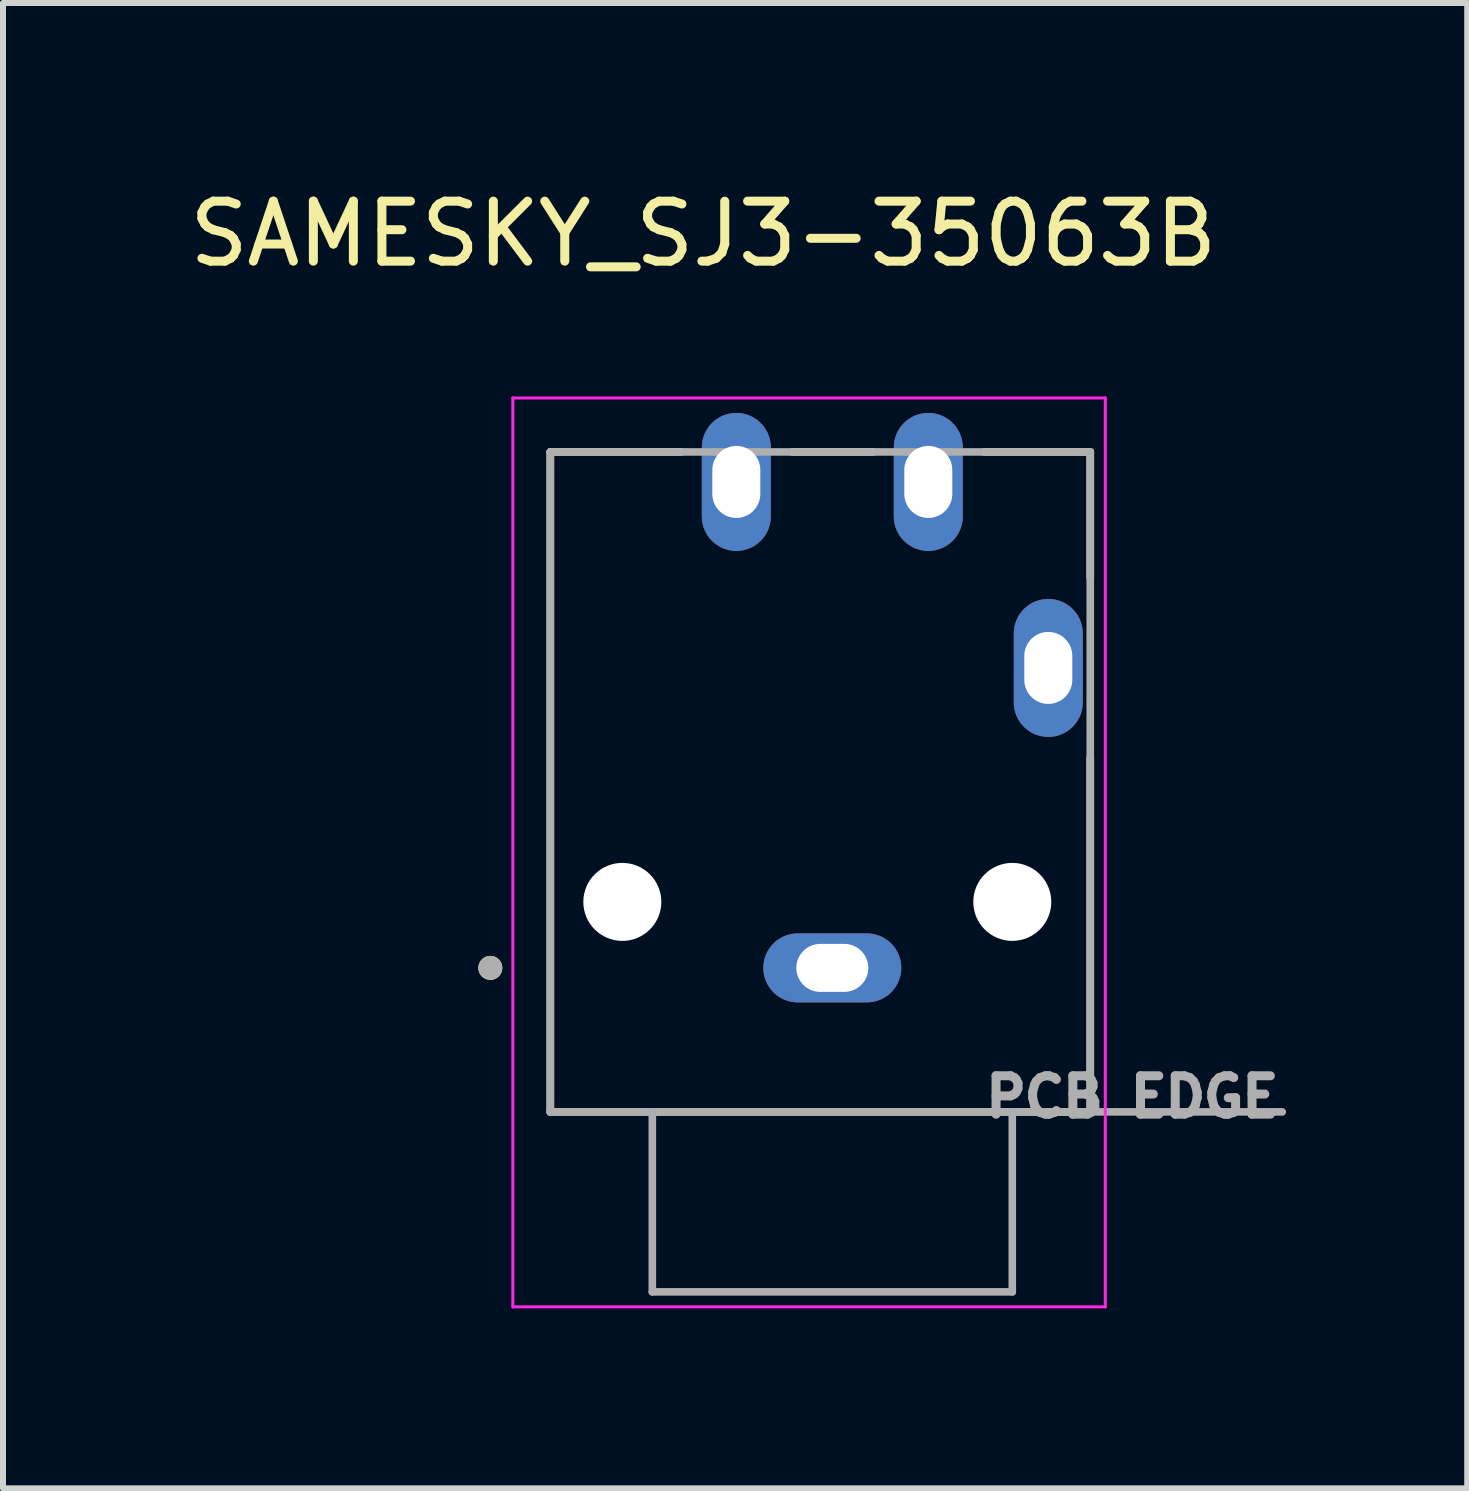
<source format=kicad_pcb>
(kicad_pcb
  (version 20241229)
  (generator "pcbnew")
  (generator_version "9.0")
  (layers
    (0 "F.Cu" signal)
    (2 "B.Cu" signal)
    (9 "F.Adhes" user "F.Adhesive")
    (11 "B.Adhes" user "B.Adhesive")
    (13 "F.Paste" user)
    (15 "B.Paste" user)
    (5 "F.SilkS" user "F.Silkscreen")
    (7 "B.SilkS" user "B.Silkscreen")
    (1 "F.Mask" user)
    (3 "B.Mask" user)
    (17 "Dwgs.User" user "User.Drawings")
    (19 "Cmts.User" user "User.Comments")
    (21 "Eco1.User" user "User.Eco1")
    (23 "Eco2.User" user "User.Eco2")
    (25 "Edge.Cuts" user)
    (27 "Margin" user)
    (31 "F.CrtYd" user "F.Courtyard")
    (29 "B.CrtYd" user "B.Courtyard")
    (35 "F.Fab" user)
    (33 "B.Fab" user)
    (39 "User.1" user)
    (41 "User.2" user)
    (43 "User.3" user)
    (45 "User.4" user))
  (footprint "SAMESKY_SJ3-35063B"
    (layer "F.Cu")
    (at 10.823 13.083)
    (property "Reference" "SAMESKY_SJ3-35063B" (at -2.15 -12.235 0) (layer "F.SilkS") (effects (font (size 1 1) (thickness 0.15))))
    (attr through_hole)
    (fp_line (start -4.7 2.4) (end -4.7 -8.6) (stroke (width 0.127) (type solid)) (layer "F.SilkS"))
    (fp_line (start -2.525 -8.6) (end -4.7 -8.6) (stroke (width 0.127) (type solid)) (layer "F.SilkS"))
    (fp_line (start 0.675 -8.6) (end -0.675 -8.6) (stroke (width 0.127) (type solid)) (layer "F.SilkS"))
    (fp_line (start 4.3 -8.6) (end 2.525 -8.6) (stroke (width 0.127) (type solid)) (layer "F.SilkS"))
    (fp_line (start 4.3 -8.6) (end 4.3 -6.5) (stroke (width 0.127) (type solid)) (layer "F.SilkS"))
    (fp_line (start 4.3 -3.5) (end 4.3 2.4) (stroke (width 0.127) (type solid)) (layer "F.SilkS"))
    (fp_line (start 4.3 2.4) (end -4.7 2.4) (stroke (width 0.127) (type solid)) (layer "F.SilkS"))
    (fp_circle (center -5.7 0) (end -5.6 0) (stroke (width 0.2) (type solid)) (fill no) (layer "F.SilkS"))
    (fp_line (start -5.325 -9.5) (end 4.55 -9.5) (stroke (width 0.05) (type solid)) (layer "F.CrtYd"))
    (fp_line (start -5.325 5.65) (end -5.325 -9.5) (stroke (width 0.05) (type solid)) (layer "F.CrtYd"))
    (fp_line (start 4.55 -9.5) (end 4.55 5.65) (stroke (width 0.05) (type solid)) (layer "F.CrtYd"))
    (fp_line (start 4.55 5.65) (end -5.325 5.65) (stroke (width 0.05) (type solid)) (layer "F.CrtYd"))
    (fp_line (start -4.7 -8.6) (end 4.3 -8.6) (stroke (width 0.127) (type solid)) (layer "F.Fab"))
    (fp_line (start -4.7 2.4) (end -4.7 -8.6) (stroke (width 0.127) (type solid)) (layer "F.Fab"))
    (fp_line (start -3 2.4) (end -4.7 2.4) (stroke (width 0.127) (type solid)) (layer "F.Fab"))
    (fp_line (start -3 5.4) (end -3 2.4) (stroke (width 0.127) (type solid)) (layer "F.Fab"))
    (fp_line (start 3 2.4) (end -3 2.4) (stroke (width 0.127) (type solid)) (layer "F.Fab"))
    (fp_line (start 3 2.4) (end 3 5.4) (stroke (width 0.127) (type solid)) (layer "F.Fab"))
    (fp_line (start 3 5.4) (end -3 5.4) (stroke (width 0.127) (type solid)) (layer "F.Fab"))
    (fp_line (start 4.3 -8.6) (end 4.3 2.4) (stroke (width 0.127) (type solid)) (layer "F.Fab"))
    (fp_line (start 4.3 2.4) (end 3 2.4) (stroke (width 0.127) (type solid)) (layer "F.Fab"))
    (fp_line (start 4.3 2.4) (end 7.5 2.4) (stroke (width 0.127) (type solid)) (layer "F.Fab"))
    (fp_circle (center -5.7 0) (end -5.6 0) (stroke (width 0.2) (type solid)) (fill no) (layer "F.Fab"))
    (fp_text user "PCB EDGE" (at 5 2.15 0) (layer "F.Fab") (effects (font (size 0.64 0.64) (thickness 0.15))))
    (pad "" np_thru_hole circle (at -3.5 -1.1) (size 1.3 1.3) (drill 1.3) (layers "*.Cu" "*.Mask"))
    (pad "" np_thru_hole circle (at 3 -1.1) (size 1.3 1.3) (drill 1.3) (layers "*.Cu" "*.Mask"))
    (pad "1" thru_hole oval (at 0 0) (size 2.3 1.15) (drill oval 1.2 0.8) (layers "*.Cu" "*.Mask"))
    (pad "2" thru_hole oval (at -1.6 -8.1) (size 1.15 2.3) (drill oval 0.8 1.2) (layers "*.Cu" "*.Mask"))
    (pad "3" thru_hole oval (at 3.6 -5) (size 1.15 2.3) (drill oval 0.8 1.2) (layers "*.Cu" "*.Mask"))
    (pad "4" thru_hole oval (at 1.6 -8.1) (size 1.15 2.3) (drill oval 0.8 1.2) (layers "*.Cu" "*.Mask")))
  (gr_rect
    (start -3 -3)
    (end 21.406 21.758)
    (stroke (width 0.1) (type default))
    (fill no)
    (layer "Edge.Cuts")))
</source>
